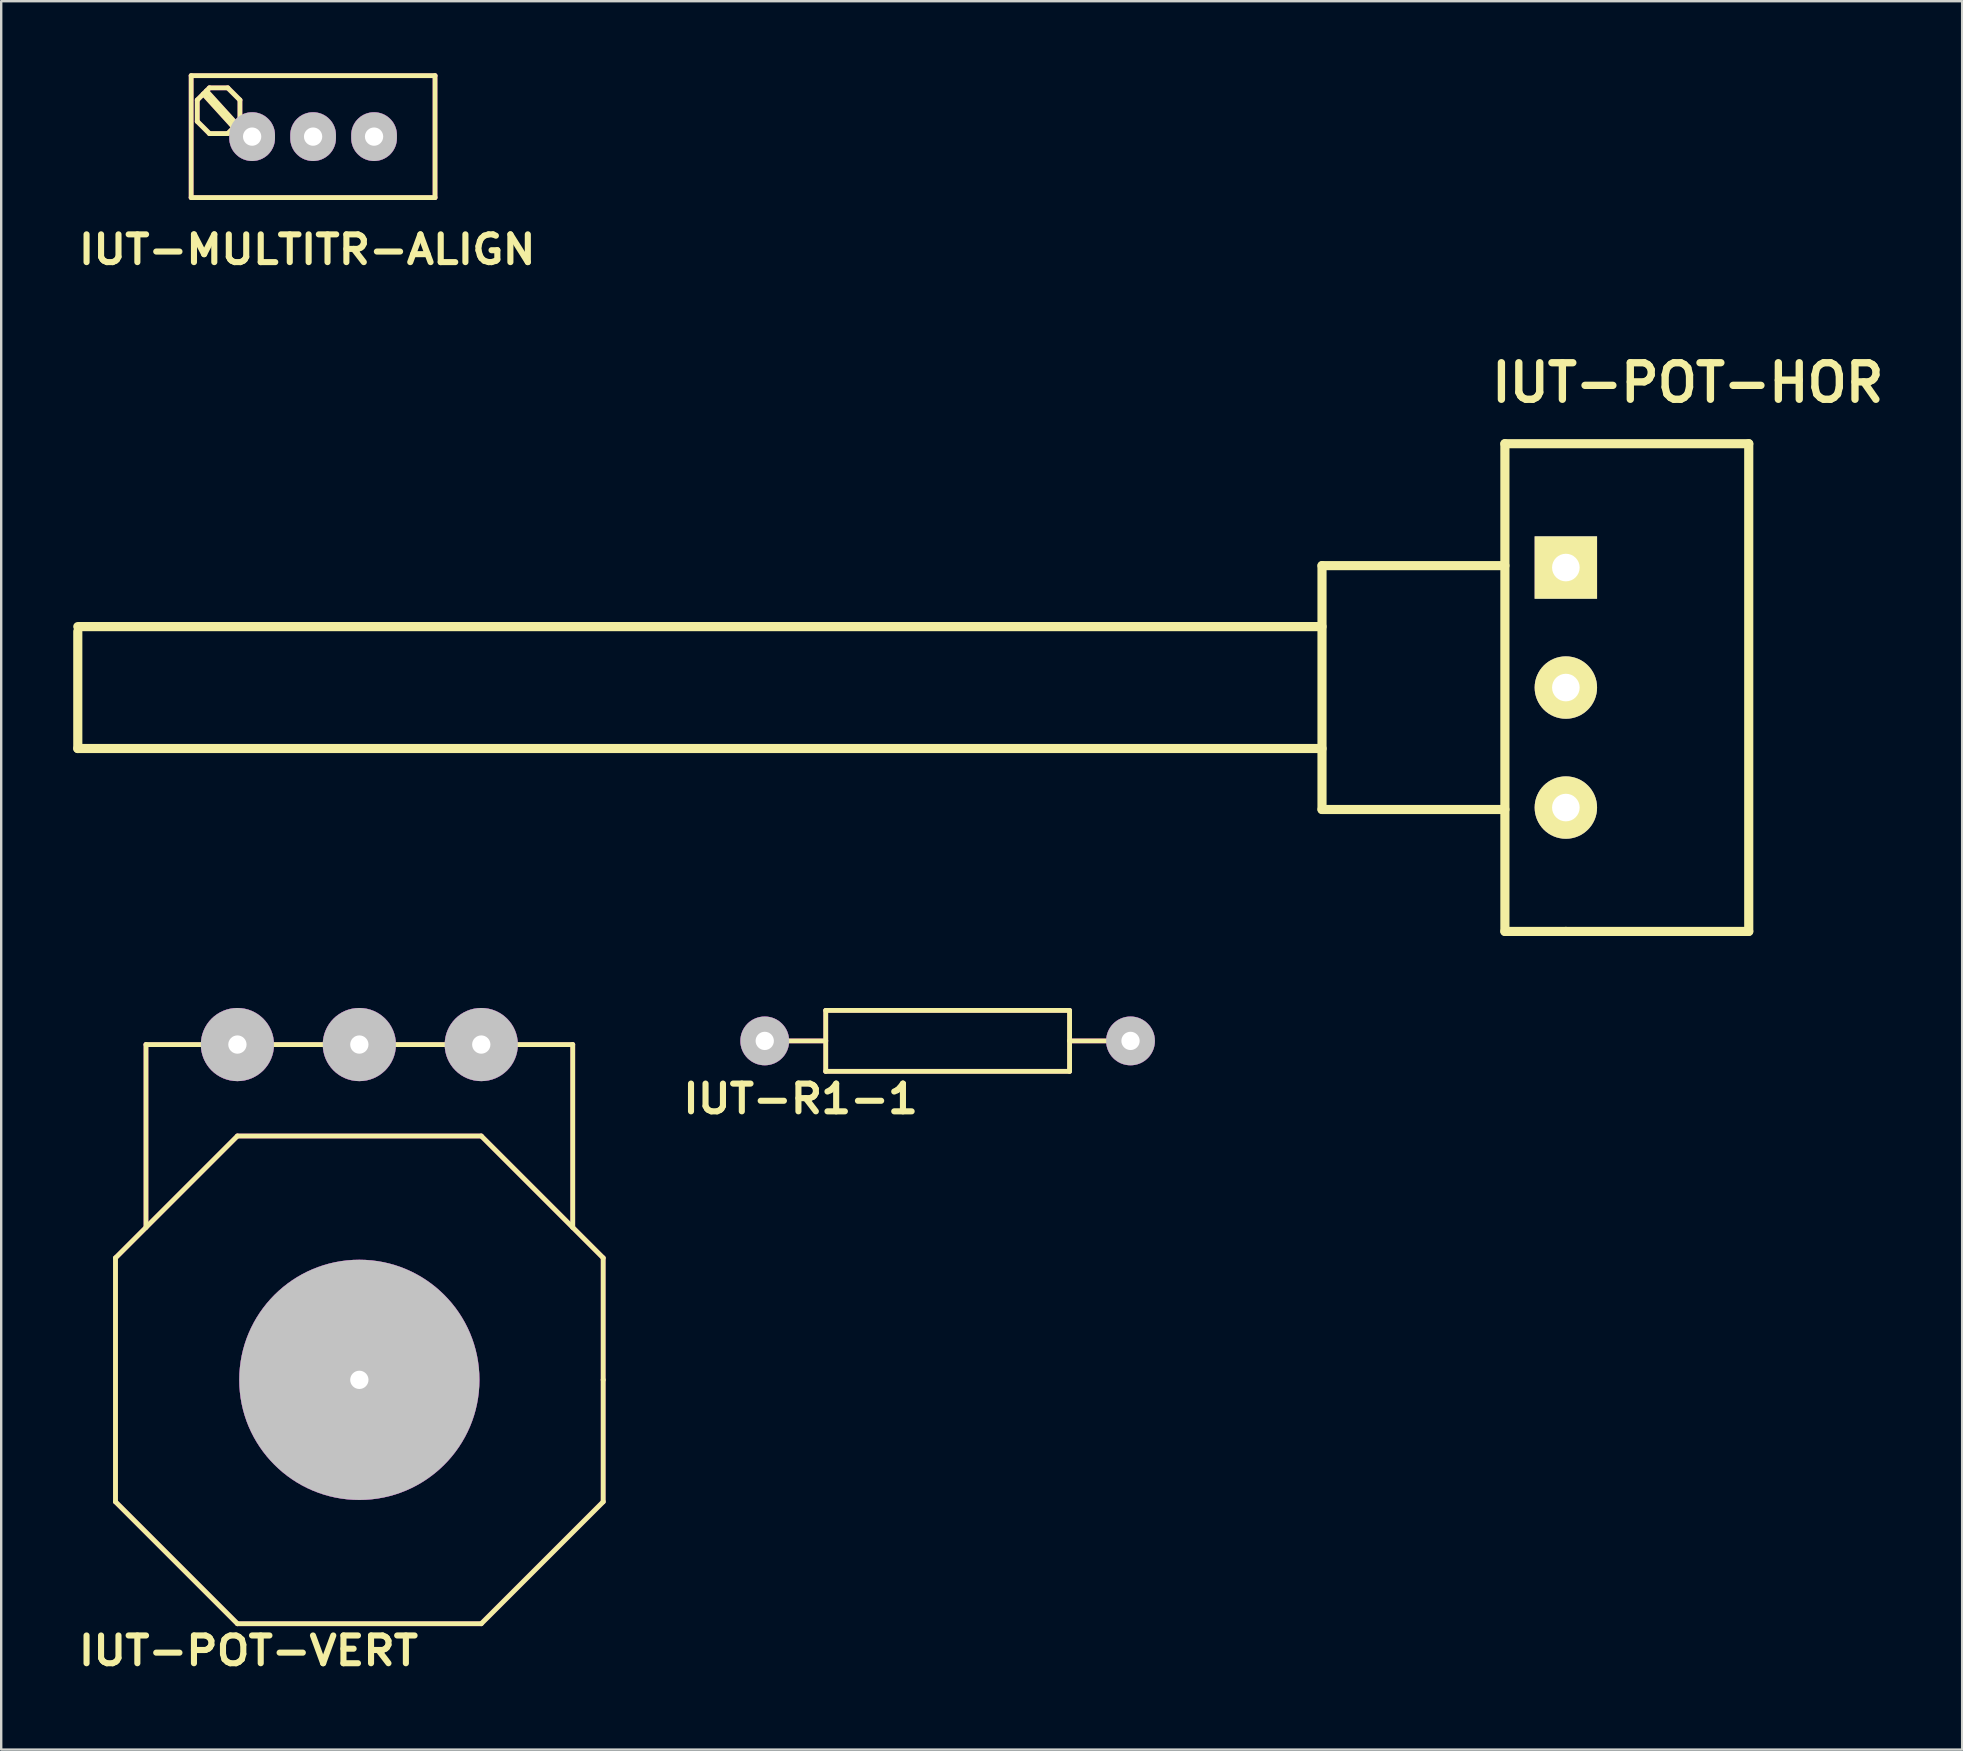
<source format=kicad_pcb>
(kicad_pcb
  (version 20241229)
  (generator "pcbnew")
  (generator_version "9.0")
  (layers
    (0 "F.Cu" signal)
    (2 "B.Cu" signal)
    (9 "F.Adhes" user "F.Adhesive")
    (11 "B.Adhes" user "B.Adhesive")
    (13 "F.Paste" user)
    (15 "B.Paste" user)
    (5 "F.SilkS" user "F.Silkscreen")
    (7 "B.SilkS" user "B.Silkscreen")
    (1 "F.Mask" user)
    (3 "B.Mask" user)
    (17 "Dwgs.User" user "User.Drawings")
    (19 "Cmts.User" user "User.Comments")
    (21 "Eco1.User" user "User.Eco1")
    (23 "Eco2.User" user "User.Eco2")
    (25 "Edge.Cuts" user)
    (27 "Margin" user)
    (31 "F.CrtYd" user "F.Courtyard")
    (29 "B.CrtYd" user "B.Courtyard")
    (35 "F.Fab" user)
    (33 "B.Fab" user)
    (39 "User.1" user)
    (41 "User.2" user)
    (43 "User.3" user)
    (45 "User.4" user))
  (footprint "IUT-POT-VERT"
    (layer "F.Cu")
    (at 6.842 40.471)
    (property "Reference" "IUT-POT-VERT" (at 0.457 25.255 0) (layer "F.SilkS") (effects (font (size 1.156 1.27) (thickness 0.254))))
    (attr through_hole)
    (fp_line (start -5.08 8.89) (end 0 3.81) (stroke (width 0.203) (type solid)) (layer "F.SilkS"))
    (fp_line (start -5.08 19.05) (end -5.08 8.89) (stroke (width 0.203) (type solid)) (layer "F.SilkS"))
    (fp_line (start -3.81 0) (end 13.97 0) (stroke (width 0.203) (type solid)) (layer "F.SilkS"))
    (fp_line (start -3.81 7.62) (end -3.81 0) (stroke (width 0.203) (type solid)) (layer "F.SilkS"))
    (fp_line (start 0 3.81) (end 10.16 3.81) (stroke (width 0.203) (type solid)) (layer "F.SilkS"))
    (fp_line (start 0 24.13) (end -5.08 19.05) (stroke (width 0.203) (type solid)) (layer "F.SilkS"))
    (fp_line (start 10.16 3.81) (end 15.24 8.89) (stroke (width 0.203) (type solid)) (layer "F.SilkS"))
    (fp_line (start 10.16 24.13) (end 0 24.13) (stroke (width 0.203) (type solid)) (layer "F.SilkS"))
    (fp_line (start 13.97 0) (end 13.97 7.62) (stroke (width 0.203) (type solid)) (layer "F.SilkS"))
    (fp_line (start 15.24 8.89) (end 15.24 13.97) (stroke (width 0.203) (type solid)) (layer "F.SilkS"))
    (fp_line (start 15.24 13.97) (end 15.24 19.05) (stroke (width 0.203) (type solid)) (layer "F.SilkS"))
    (fp_line (start 15.24 19.05) (end 10.16 24.13) (stroke (width 0.203) (type solid)) (layer "F.SilkS"))
    (fp_line (start -5.08 8.89) (end 0 3.81) (stroke (width 0.203) (type solid)) (layer "F.Adhes"))
    (fp_line (start -5.08 19.05) (end -5.08 8.89) (stroke (width 0.203) (type solid)) (layer "F.Adhes"))
    (fp_line (start -3.81 0) (end 13.97 0) (stroke (width 0.203) (type solid)) (layer "F.Adhes"))
    (fp_line (start -3.81 7.62) (end -3.81 0) (stroke (width 0.203) (type solid)) (layer "F.Adhes"))
    (fp_line (start 0 3.81) (end 10.16 3.81) (stroke (width 0.203) (type solid)) (layer "F.Adhes"))
    (fp_line (start 0 24.13) (end -5.08 19.05) (stroke (width 0.203) (type solid)) (layer "F.Adhes"))
    (fp_line (start 10.16 3.81) (end 15.24 8.89) (stroke (width 0.203) (type solid)) (layer "F.Adhes"))
    (fp_line (start 10.16 24.13) (end 0 24.13) (stroke (width 0.203) (type solid)) (layer "F.Adhes"))
    (fp_line (start 13.97 0) (end 13.97 7.62) (stroke (width 0.203) (type solid)) (layer "F.Adhes"))
    (fp_line (start 15.24 8.89) (end 15.24 13.97) (stroke (width 0.203) (type solid)) (layer "F.Adhes"))
    (fp_line (start 15.24 13.97) (end 15.24 19.05) (stroke (width 0.203) (type solid)) (layer "F.Adhes"))
    (fp_line (start 15.24 19.05) (end 10.16 24.13) (stroke (width 0.203) (type solid)) (layer "F.Adhes"))
    (pad "1" thru_hole circle (at 0 0) (size 3.048 3.048) (drill 0.762) (layers "*.Cu" "*.Adhes" "*.Mask" "Dwgs.User" "Eco1.User" "Eco2.User"))
    (pad "2" thru_hole circle (at 5.08 0) (size 3.048 3.048) (drill 0.762) (layers "*.Cu" "*.Adhes" "*.Mask" "Dwgs.User" "Eco1.User" "Eco2.User"))
    (pad "3" thru_hole circle (at 10.16 0) (size 3.048 3.048) (drill 0.762) (layers "*.Cu" "*.Adhes" "*.Mask" "Dwgs.User" "Eco1.User" "Eco2.User"))
    (pad "4" thru_hole circle (at 5.08 13.97) (size 10.008 10.008) (drill 0.762) (layers "*.Adhes" "*.Mask" "B.Cu" "Dwgs.User" "Eco1.User" "Eco2.User")))
  (footprint "IUT-MULTITR-ALIGN"
    (layer "F.Cu")
    (at 7.455 5.182)
    (property "Reference" "IUT-MULTITR-ALIGN" (at 2.294 2.167 0) (layer "F.SilkS") (effects (font (size 1.156 1.27) (thickness 0.254))))
    (attr through_hole)
    (fp_line (start -2.54 -5.08) (end -2.54 0) (stroke (width 0.203) (type solid)) (layer "F.SilkS"))
    (fp_line (start -2.54 0) (end 7.62 0) (stroke (width 0.203) (type solid)) (layer "F.SilkS"))
    (fp_line (start -2.286 -4.064) (end -2.286 -3.175) (stroke (width 0.203) (type solid)) (layer "F.SilkS"))
    (fp_line (start -2.286 -3.175) (end -1.778 -2.667) (stroke (width 0.203) (type solid)) (layer "F.SilkS"))
    (fp_line (start -1.905 -4.445) (end -0.635 -3.048) (stroke (width 0.203) (type solid)) (layer "F.SilkS"))
    (fp_line (start -1.778 -4.572) (end -2.286 -4.064) (stroke (width 0.203) (type solid)) (layer "F.SilkS"))
    (fp_line (start -1.778 -2.667) (end -1.016 -2.667) (stroke (width 0.203) (type solid)) (layer "F.SilkS"))
    (fp_line (start -1.016 -4.572) (end -1.778 -4.572) (stroke (width 0.203) (type solid)) (layer "F.SilkS"))
    (fp_line (start -1.016 -2.667) (end -0.508 -3.175) (stroke (width 0.203) (type solid)) (layer "F.SilkS"))
    (fp_line (start -0.762 -2.921) (end -2.032 -4.318) (stroke (width 0.203) (type solid)) (layer "F.SilkS"))
    (fp_line (start -0.508 -4.064) (end -1.016 -4.572) (stroke (width 0.203) (type solid)) (layer "F.SilkS"))
    (fp_line (start -0.508 -3.175) (end -0.508 -4.064) (stroke (width 0.203) (type solid)) (layer "F.SilkS"))
    (fp_line (start 7.62 -5.08) (end -2.54 -5.08) (stroke (width 0.203) (type solid)) (layer "F.SilkS"))
    (fp_line (start 7.62 0) (end 7.62 -5.08) (stroke (width 0.203) (type solid)) (layer "F.SilkS"))
    (fp_line (start -2.54 -5.08) (end -2.54 0) (stroke (width 0.203) (type solid)) (layer "F.Adhes"))
    (fp_line (start -2.54 0) (end 7.62 0) (stroke (width 0.203) (type solid)) (layer "F.Adhes"))
    (fp_line (start -2.286 -4.064) (end -2.286 -3.175) (stroke (width 0.203) (type solid)) (layer "F.Adhes"))
    (fp_line (start -2.286 -3.175) (end -1.778 -2.667) (stroke (width 0.203) (type solid)) (layer "F.Adhes"))
    (fp_line (start -1.905 -4.445) (end -0.635 -3.048) (stroke (width 0.203) (type solid)) (layer "F.Adhes"))
    (fp_line (start -1.778 -4.572) (end -2.286 -4.064) (stroke (width 0.203) (type solid)) (layer "F.Adhes"))
    (fp_line (start -1.778 -2.667) (end -1.016 -2.667) (stroke (width 0.203) (type solid)) (layer "F.Adhes"))
    (fp_line (start -1.016 -4.572) (end -1.778 -4.572) (stroke (width 0.203) (type solid)) (layer "F.Adhes"))
    (fp_line (start -1.016 -2.667) (end -0.508 -3.175) (stroke (width 0.203) (type solid)) (layer "F.Adhes"))
    (fp_line (start -0.762 -2.921) (end -2.032 -4.318) (stroke (width 0.203) (type solid)) (layer "F.Adhes"))
    (fp_line (start -0.508 -4.064) (end -1.016 -4.572) (stroke (width 0.203) (type solid)) (layer "F.Adhes"))
    (fp_line (start -0.508 -3.175) (end -0.508 -4.064) (stroke (width 0.203) (type solid)) (layer "F.Adhes"))
    (fp_line (start 7.62 -5.08) (end -2.54 -5.08) (stroke (width 0.203) (type solid)) (layer "F.Adhes"))
    (fp_line (start 7.62 0) (end 7.62 -5.08) (stroke (width 0.203) (type solid)) (layer "F.Adhes"))
    (pad "1" thru_hole oval (at 0 -2.54 90) (size 2.032 1.905) (drill 0.762) (layers "*.Adhes" "*.Mask" "B.Cu" "Dwgs.User" "Eco1.User" "Eco2.User"))
    (pad "2" thru_hole oval (at 2.54 -2.54 90) (size 2.032 1.905) (drill 0.762) (layers "*.Adhes" "*.Mask" "B.Cu" "Dwgs.User" "Eco1.User" "Eco2.User"))
    (pad "3" thru_hole oval (at 5.08 -2.54 90) (size 2.032 1.905) (drill 0.762) (layers "*.Adhes" "*.Mask" "B.Cu" "Dwgs.User" "Eco1.User" "Eco2.User")))
  (footprint "IUT-R1-1"
    (layer "F.Cu")
    (at 28.813 40.319)
    (property "Reference" "IUT-R1-1" (at 1.494 2.413 0) (layer "F.SilkS") (effects (font (size 1.156 1.27) (thickness 0.254))))
    (attr through_hole)
    (fp_line (start 0 0) (end 2.54 0) (stroke (width 0.203) (type solid)) (layer "F.SilkS"))
    (fp_line (start 2.54 -1.27) (end 12.7 -1.27) (stroke (width 0.203) (type solid)) (layer "F.SilkS"))
    (fp_line (start 2.54 0) (end 2.54 -1.27) (stroke (width 0.203) (type solid)) (layer "F.SilkS"))
    (fp_line (start 2.54 1.27) (end 2.54 0) (stroke (width 0.203) (type solid)) (layer "F.SilkS"))
    (fp_line (start 12.7 -1.27) (end 12.7 1.27) (stroke (width 0.203) (type solid)) (layer "F.SilkS"))
    (fp_line (start 12.7 0) (end 15.24 0) (stroke (width 0.203) (type solid)) (layer "F.SilkS"))
    (fp_line (start 12.7 1.27) (end 2.54 1.27) (stroke (width 0.203) (type solid)) (layer "F.SilkS"))
    (fp_line (start 0 0) (end 2.54 0) (stroke (width 0.203) (type solid)) (layer "F.Adhes"))
    (fp_line (start 2.54 -1.27) (end 12.7 -1.27) (stroke (width 0.203) (type solid)) (layer "F.Adhes"))
    (fp_line (start 2.54 0) (end 2.54 -1.27) (stroke (width 0.203) (type solid)) (layer "F.Adhes"))
    (fp_line (start 2.54 1.27) (end 2.54 0) (stroke (width 0.203) (type solid)) (layer "F.Adhes"))
    (fp_line (start 12.7 -1.27) (end 12.7 1.27) (stroke (width 0.203) (type solid)) (layer "F.Adhes"))
    (fp_line (start 12.7 0) (end 15.24 0) (stroke (width 0.203) (type solid)) (layer "F.Adhes"))
    (fp_line (start 12.7 1.27) (end 2.54 1.27) (stroke (width 0.203) (type solid)) (layer "F.Adhes"))
    (pad "1" thru_hole circle (at 0 0) (size 2.032 2.032) (drill 0.762) (layers "*.Cu" "*.Adhes" "*.Mask" "Dwgs.User" "Eco1.User" "Eco2.User"))
    (pad "2" thru_hole circle (at 15.24 0) (size 2.032 2.032) (drill 0.762) (layers "*.Cu" "*.Adhes" "*.Mask" "Dwgs.User" "Eco1.User" "Eco2.User")))
  (footprint "IUT-POT-HOR"
    (layer "F.Cu")
    (at 62.191 25.597)
    (property "Reference" "IUT-POT-HOR" (at 5.08 -12.7 0) (layer "F.SilkS") (effects (font (size 1.524 1.524) (thickness 0.305))))
    (attr through_hole)
    (fp_line (start -62 -2.34) (end -62 2.54) (stroke (width 0.381) (type solid)) (layer "F.SilkS"))
    (fp_line (start -10.16 -5.08) (end -10.16 5.08) (stroke (width 0.381) (type solid)) (layer "F.SilkS"))
    (fp_line (start -10.16 -2.54) (end -62 -2.54) (stroke (width 0.381) (type solid)) (layer "F.SilkS"))
    (fp_line (start -10.16 2.54) (end -62 2.54) (stroke (width 0.381) (type solid)) (layer "F.SilkS"))
    (fp_line (start -10.16 5.08) (end -2.54 5.08) (stroke (width 0.381) (type solid)) (layer "F.SilkS"))
    (fp_line (start -2.54 -10.16) (end 7.62 -10.16) (stroke (width 0.381) (type solid)) (layer "F.SilkS"))
    (fp_line (start -2.54 -5.08) (end -10.16 -5.08) (stroke (width 0.381) (type solid)) (layer "F.SilkS"))
    (fp_line (start -2.54 10.16) (end -2.54 -10.16) (stroke (width 0.381) (type solid)) (layer "F.SilkS"))
    (fp_line (start 0 10.16) (end -2.54 10.16) (stroke (width 0.381) (type solid)) (layer "F.SilkS"))
    (fp_line (start 7.62 -10.16) (end 7.62 10.16) (stroke (width 0.381) (type solid)) (layer "F.SilkS"))
    (fp_line (start 7.62 10.16) (end 0 10.16) (stroke (width 0.381) (type solid)) (layer "F.SilkS"))
    (pad "1" thru_hole rect (at 0 -5) (size 2.6 2.6) (drill 1.15) (layers "*.Cu" "*.Mask" "F.SilkS"))
    (pad "2" thru_hole circle (at 0 0) (size 2.6 2.6) (drill 1.15) (layers "*.Cu" "*.Mask" "F.SilkS"))
    (pad "3" thru_hole circle (at 0 5) (size 2.6 2.6) (drill 1.15) (layers "*.Cu" "*.Mask" "F.SilkS")))
  (gr_rect
    (start -3 -3)
    (end 78.703 69.848)
    (stroke (width 0.1) (type default))
    (fill no)
    (layer "Edge.Cuts")))
</source>
